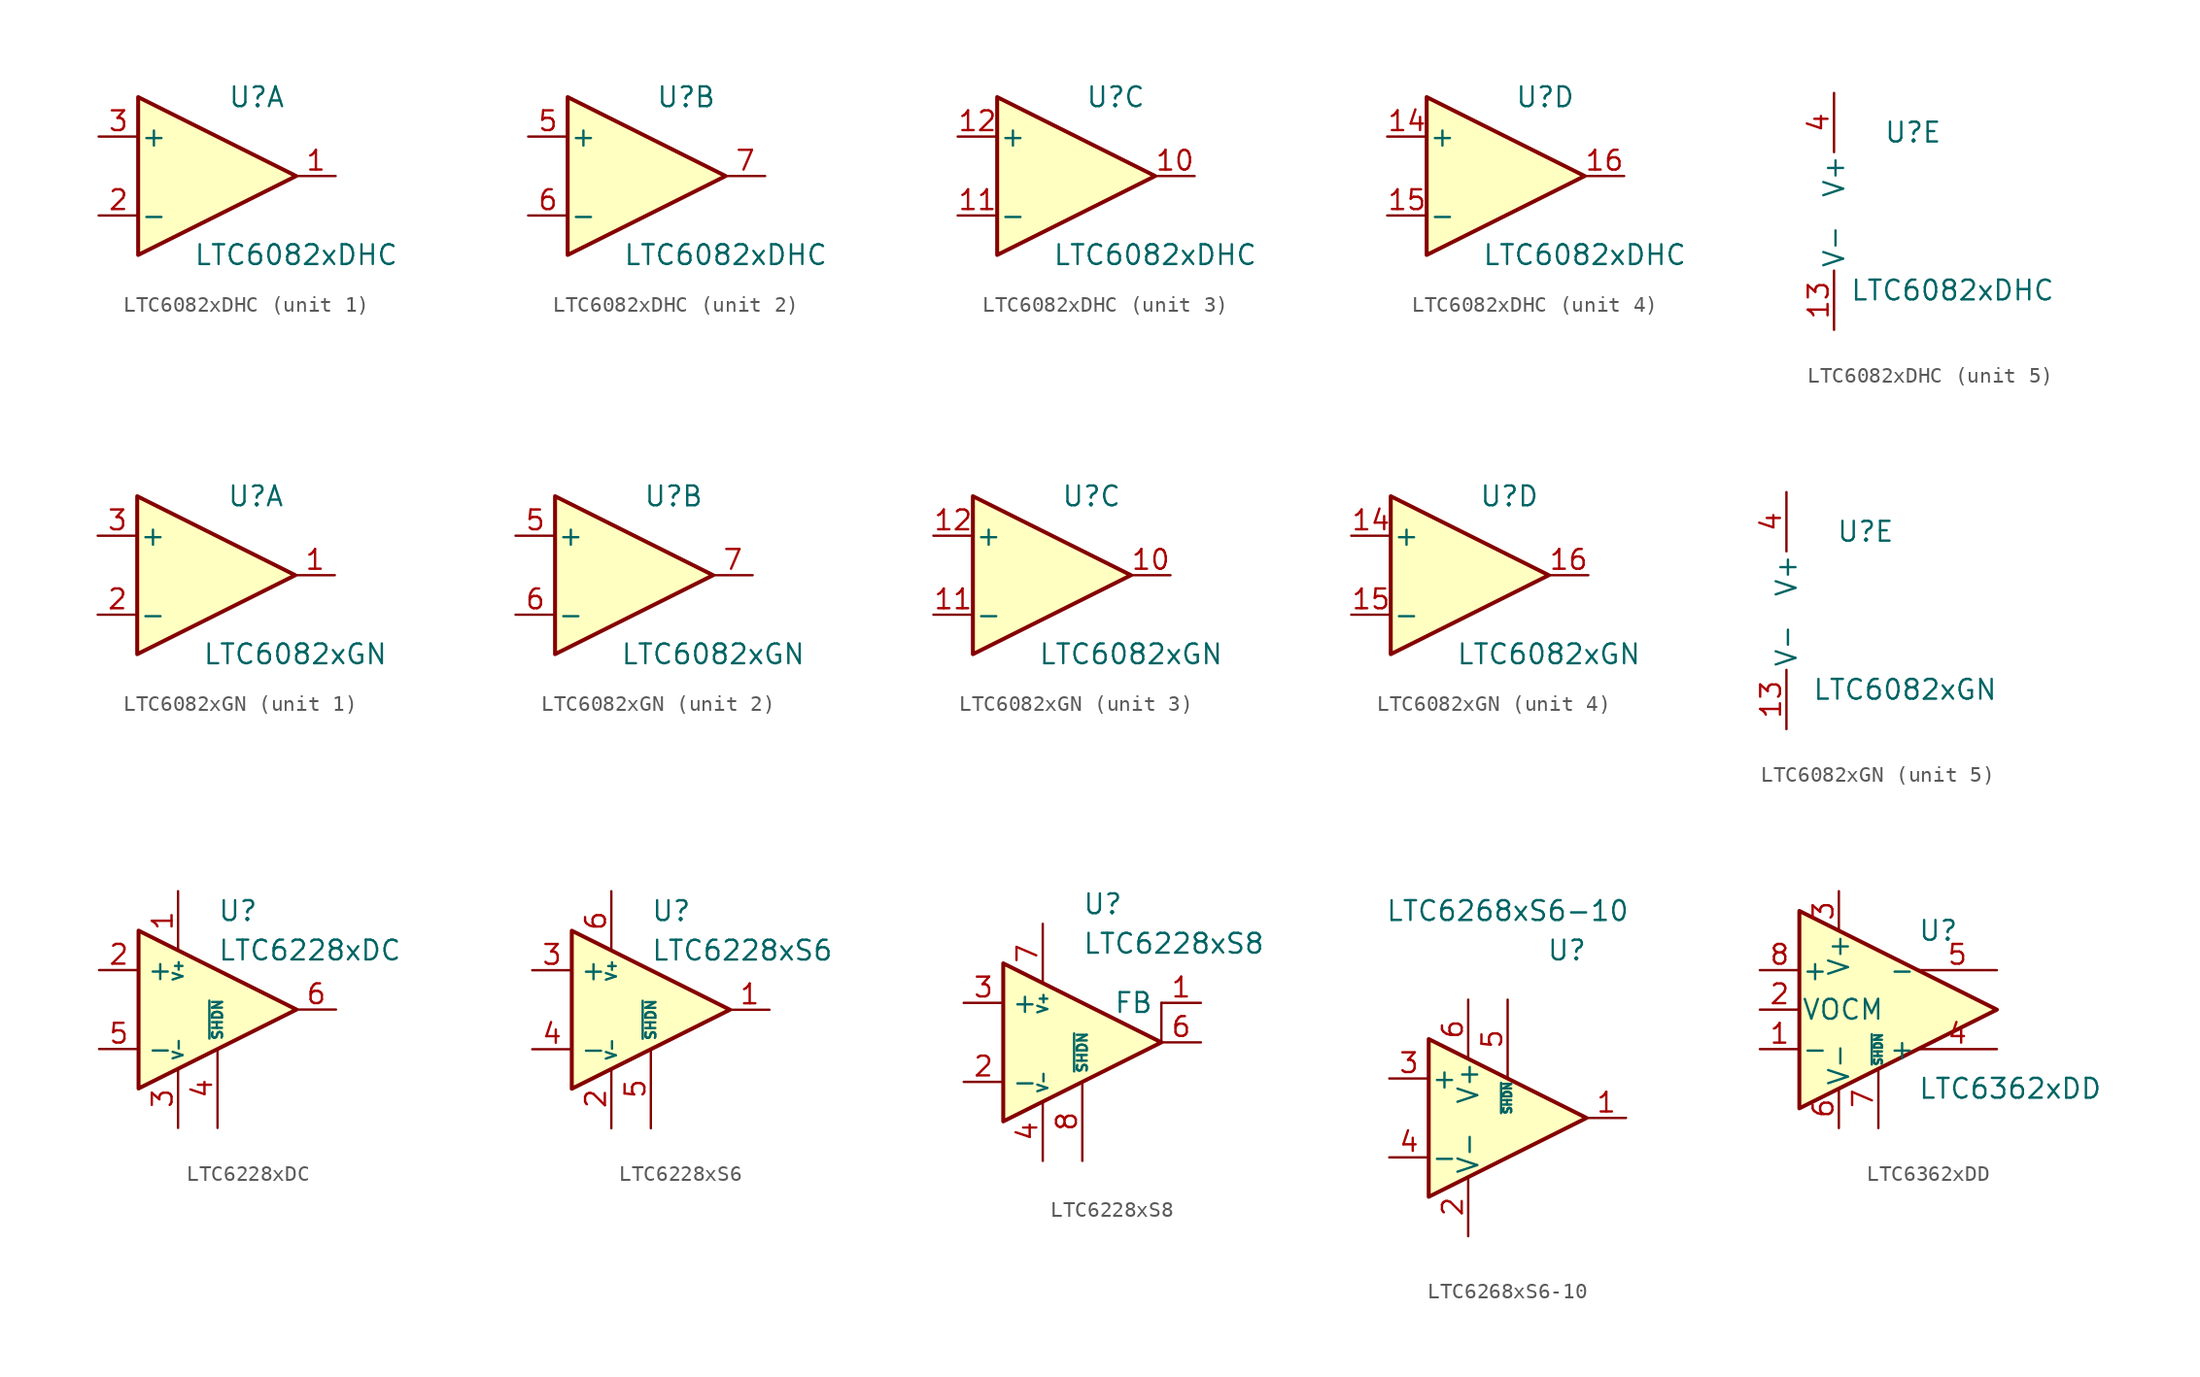
<source format=kicad_sym>
(kicad_symbol_lib
  (version 20201005)
  (generator kicad_symbol_editor)
  (symbol "Amplifier_Operational:LTC6082xDHC"
    (pin_names
      (offset 0.127))
    (property "Reference" "U"
      (at 2.54 5.08 0)
      (effects (font (size 1.27 1.27))))
    (property "Value" "LTC6082xDHC"
      (at 5.08 -5.08 0)
      (effects (font (size 1.27 1.27))))
    (property "ki_locked" ""
      (at 0 0 0)
      (effects (font (size 1.27 1.27))))
    (symbol "LTC6082xDHC_1_1"
      (polyline (pts (xy -5.08 5.08) (xy 5.08 0) (xy -5.08 -5.08) (xy -5.08 5.08)) (stroke (width 0.254)) (fill (type background)))
      (pin output line (at 7.62 0 180) (length 2.54) (name "~" (effects (font (size 1.27 1.27)))) (number "1" (effects (font (size 1.27 1.27)))))
      (pin input line (at -7.62 -2.54 0) (length 2.54) (name "-" (effects (font (size 1.27 1.27)))) (number "2" (effects (font (size 1.27 1.27)))))
      (pin input line (at -7.62 2.54 0) (length 2.54) (name "+" (effects (font (size 1.27 1.27)))) (number "3" (effects (font (size 1.27 1.27)))))
      (pin no_connect line (at -2.54 -2.54 90) (length 2.54) hide (name "NC" (effects (font (size 1.27 1.27)))) (number "8" (effects (font (size 1.27 1.27)))))
      (pin no_connect line (at 0 -2.54 90) (length 2.54) hide (name "NC" (effects (font (size 1.27 1.27)))) (number "9" (effects (font (size 1.27 1.27))))))
    (symbol "LTC6082xDHC_2_1"
      (polyline (pts (xy -5.08 5.08) (xy 5.08 0) (xy -5.08 -5.08) (xy -5.08 5.08)) (stroke (width 0.254)) (fill (type background)))
      (pin input line (at -7.62 2.54 0) (length 2.54) (name "+" (effects (font (size 1.27 1.27)))) (number "5" (effects (font (size 1.27 1.27)))))
      (pin input line (at -7.62 -2.54 0) (length 2.54) (name "-" (effects (font (size 1.27 1.27)))) (number "6" (effects (font (size 1.27 1.27)))))
      (pin output line (at 7.62 0 180) (length 2.54) (name "~" (effects (font (size 1.27 1.27)))) (number "7" (effects (font (size 1.27 1.27))))))
    (symbol "LTC6082xDHC_3_1"
      (polyline (pts (xy -5.08 5.08) (xy 5.08 0) (xy -5.08 -5.08) (xy -5.08 5.08)) (stroke (width 0.254)) (fill (type background)))
      (pin output line (at 7.62 0 180) (length 2.54) (name "~" (effects (font (size 1.27 1.27)))) (number "10" (effects (font (size 1.27 1.27)))))
      (pin input line (at -7.62 -2.54 0) (length 2.54) (name "-" (effects (font (size 1.27 1.27)))) (number "11" (effects (font (size 1.27 1.27)))))
      (pin input line (at -7.62 2.54 0) (length 2.54) (name "+" (effects (font (size 1.27 1.27)))) (number "12" (effects (font (size 1.27 1.27))))))
    (symbol "LTC6082xDHC_4_1"
      (polyline (pts (xy -5.08 5.08) (xy 5.08 0) (xy -5.08 -5.08) (xy -5.08 5.08)) (stroke (width 0.254)) (fill (type background)))
      (pin input line (at -7.62 2.54 0) (length 2.54) (name "+" (effects (font (size 1.27 1.27)))) (number "14" (effects (font (size 1.27 1.27)))))
      (pin input line (at -7.62 -2.54 0) (length 2.54) (name "-" (effects (font (size 1.27 1.27)))) (number "15" (effects (font (size 1.27 1.27)))))
      (pin output line (at 7.62 0 180) (length 2.54) (name "~" (effects (font (size 1.27 1.27)))) (number "16" (effects (font (size 1.27 1.27))))))
    (symbol "LTC6082xDHC_5_1"
      (pin power_in line (at -2.54 -7.62 90) (length 3.81) (name "V-" (effects (font (size 1.27 1.27)))) (number "13" (effects (font (size 1.27 1.27)))))
      (pin passive line (at -2.54 -7.62 90) (length 3.81) hide (name "V-" (effects (font (size 1.27 1.27)))) (number "17" (effects (font (size 1.27 1.27)))))
      (pin power_in line (at -2.54 7.62 270) (length 3.81) (name "V+" (effects (font (size 1.27 1.27)))) (number "4" (effects (font (size 1.27 1.27)))))))
  (symbol "Amplifier_Operational:LTC6082xGN"
    (pin_names
      (offset 0.127))
    (property "Reference" "U"
      (at 2.54 5.08 0)
      (effects (font (size 1.27 1.27))))
    (property "Value" "LTC6082xGN"
      (at 5.08 -5.08 0)
      (effects (font (size 1.27 1.27))))
    (property "ki_locked" ""
      (at 0 0 0)
      (effects (font (size 1.27 1.27))))
    (symbol "LTC6082xGN_1_1"
      (polyline (pts (xy -5.08 5.08) (xy 5.08 0) (xy -5.08 -5.08) (xy -5.08 5.08)) (stroke (width 0.254)) (fill (type background)))
      (pin output line (at 7.62 0 180) (length 2.54) (name "~" (effects (font (size 1.27 1.27)))) (number "1" (effects (font (size 1.27 1.27)))))
      (pin input line (at -7.62 -2.54 0) (length 2.54) (name "-" (effects (font (size 1.27 1.27)))) (number "2" (effects (font (size 1.27 1.27)))))
      (pin input line (at -7.62 2.54 0) (length 2.54) (name "+" (effects (font (size 1.27 1.27)))) (number "3" (effects (font (size 1.27 1.27)))))
      (pin no_connect line (at -2.54 -2.54 90) (length 2.54) hide (name "NC" (effects (font (size 1.27 1.27)))) (number "8" (effects (font (size 1.27 1.27)))))
      (pin no_connect line (at 0 -2.54 90) (length 2.54) hide (name "NC" (effects (font (size 1.27 1.27)))) (number "9" (effects (font (size 1.27 1.27))))))
    (symbol "LTC6082xGN_2_1"
      (polyline (pts (xy -5.08 5.08) (xy 5.08 0) (xy -5.08 -5.08) (xy -5.08 5.08)) (stroke (width 0.254)) (fill (type background)))
      (pin input line (at -7.62 2.54 0) (length 2.54) (name "+" (effects (font (size 1.27 1.27)))) (number "5" (effects (font (size 1.27 1.27)))))
      (pin input line (at -7.62 -2.54 0) (length 2.54) (name "-" (effects (font (size 1.27 1.27)))) (number "6" (effects (font (size 1.27 1.27)))))
      (pin output line (at 7.62 0 180) (length 2.54) (name "~" (effects (font (size 1.27 1.27)))) (number "7" (effects (font (size 1.27 1.27))))))
    (symbol "LTC6082xGN_3_1"
      (polyline (pts (xy -5.08 5.08) (xy 5.08 0) (xy -5.08 -5.08) (xy -5.08 5.08)) (stroke (width 0.254)) (fill (type background)))
      (pin output line (at 7.62 0 180) (length 2.54) (name "~" (effects (font (size 1.27 1.27)))) (number "10" (effects (font (size 1.27 1.27)))))
      (pin input line (at -7.62 -2.54 0) (length 2.54) (name "-" (effects (font (size 1.27 1.27)))) (number "11" (effects (font (size 1.27 1.27)))))
      (pin input line (at -7.62 2.54 0) (length 2.54) (name "+" (effects (font (size 1.27 1.27)))) (number "12" (effects (font (size 1.27 1.27))))))
    (symbol "LTC6082xGN_4_1"
      (polyline (pts (xy -5.08 5.08) (xy 5.08 0) (xy -5.08 -5.08) (xy -5.08 5.08)) (stroke (width 0.254)) (fill (type background)))
      (pin input line (at -7.62 2.54 0) (length 2.54) (name "+" (effects (font (size 1.27 1.27)))) (number "14" (effects (font (size 1.27 1.27)))))
      (pin input line (at -7.62 -2.54 0) (length 2.54) (name "-" (effects (font (size 1.27 1.27)))) (number "15" (effects (font (size 1.27 1.27)))))
      (pin output line (at 7.62 0 180) (length 2.54) (name "~" (effects (font (size 1.27 1.27)))) (number "16" (effects (font (size 1.27 1.27))))))
    (symbol "LTC6082xGN_5_1"
      (pin power_in line (at -2.54 -7.62 90) (length 3.81) (name "V-" (effects (font (size 1.27 1.27)))) (number "13" (effects (font (size 1.27 1.27)))))
      (pin power_in line (at -2.54 7.62 270) (length 3.81) (name "V+" (effects (font (size 1.27 1.27)))) (number "4" (effects (font (size 1.27 1.27)))))))
  (symbol "Amplifier_Operational:LTC6228xDC"
    (property "Reference" "U"
      (at 0 6.35 0)
      (effects (font (size 1.27 1.27)) (justify left)))
    (property "Value" "LTC6228xDC"
      (at 0 3.81 0)
      (effects (font (size 1.27 1.27)) (justify left)))
    (symbol "LTC6228xDC_0_1"
      (polyline (pts (xy 5.08 0) (xy -5.08 5.08) (xy -5.08 -5.08) (xy 5.08 0)) (stroke (width 0.254)) (fill (type background))))
    (symbol "LTC6228xDC_1_1"
      (pin power_in line (at -2.54 7.62 270) (length 3.81) (name "V+" (effects (font (size 0.635 0.635)))) (number "1" (effects (font (size 1.27 1.27)))))
      (pin input line (at -7.62 2.54 0) (length 2.54) (name "+" (effects (font (size 1.27 1.27)))) (number "2" (effects (font (size 1.27 1.27)))))
      (pin power_in line (at -2.54 -7.62 90) (length 3.81) (name "V-" (effects (font (size 0.635 0.635)))) (number "3" (effects (font (size 1.27 1.27)))))
      (pin input line (at 0 -7.62 90) (length 5.08) (name "~SHDN" (effects (font (size 0.635 0.635)))) (number "4" (effects (font (size 1.27 1.27)))))
      (pin input line (at -7.62 -2.54 0) (length 2.54) (name "-" (effects (font (size 1.27 1.27)))) (number "5" (effects (font (size 1.27 1.27)))))
      (pin output line (at 7.62 0 180) (length 2.54) (name "~" (effects (font (size 1.27 1.27)))) (number "6" (effects (font (size 1.27 1.27)))))
      (pin passive line (at -2.54 -7.62 90) (length 3.81) hide (name "V-" (effects (font (size 0.635 0.635)))) (number "7" (effects (font (size 1.27 1.27)))))))
  (symbol "Amplifier_Operational:LTC6228xS6"
    (property "Reference" "U"
      (at 0 6.35 0)
      (effects (font (size 1.27 1.27)) (justify left)))
    (property "Value" "LTC6228xS6"
      (at 0 3.81 0)
      (effects (font (size 1.27 1.27)) (justify left)))
    (symbol "LTC6228xS6_0_1"
      (polyline (pts (xy 5.08 0) (xy -5.08 5.08) (xy -5.08 -5.08) (xy 5.08 0)) (stroke (width 0.254)) (fill (type background))))
    (symbol "LTC6228xS6_1_1"
      (pin output line (at 7.62 0 180) (length 2.54) (name "~" (effects (font (size 1.27 1.27)))) (number "1" (effects (font (size 1.27 1.27)))))
      (pin power_in line (at -2.54 -7.62 90) (length 3.81) (name "V-" (effects (font (size 0.635 0.635)))) (number "2" (effects (font (size 1.27 1.27)))))
      (pin input line (at -7.62 2.54 0) (length 2.54) (name "+" (effects (font (size 1.27 1.27)))) (number "3" (effects (font (size 1.27 1.27)))))
      (pin input line (at -7.62 -2.54 0) (length 2.54) (name "-" (effects (font (size 1.27 1.27)))) (number "4" (effects (font (size 1.27 1.27)))))
      (pin input line (at 0 -7.62 90) (length 5.08) (name "~SHDN" (effects (font (size 0.635 0.635)))) (number "5" (effects (font (size 1.27 1.27)))))
      (pin power_in line (at -2.54 7.62 270) (length 3.81) (name "V+" (effects (font (size 0.635 0.635)))) (number "6" (effects (font (size 1.27 1.27)))))))
  (symbol "Amplifier_Operational:LTC6228xS8"
    (property "Reference" "U"
      (at 0 8.89 0)
      (effects (font (size 1.27 1.27)) (justify left)))
    (property "Value" "LTC6228xS8"
      (at 0 6.35 0)
      (effects (font (size 1.27 1.27)) (justify left)))
    (symbol "LTC6228xS8_0_1"
      (polyline (pts (xy 5.08 0) (xy 5.08 2.54)) (stroke (width 0.152)) (fill (type none)))
      (polyline (pts (xy 5.08 0) (xy -5.08 5.08) (xy -5.08 -5.08) (xy 5.08 0)) (stroke (width 0.254)) (fill (type background))))
    (symbol "LTC6228xS8_1_1"
      (pin output line (at 7.62 2.54 180) (length 2.54) (name "FB" (effects (font (size 1.27 1.27)))) (number "1" (effects (font (size 1.27 1.27)))))
      (pin input line (at -7.62 -2.54 0) (length 2.54) (name "-" (effects (font (size 1.27 1.27)))) (number "2" (effects (font (size 1.27 1.27)))))
      (pin input line (at -7.62 2.54 0) (length 2.54) (name "+" (effects (font (size 1.27 1.27)))) (number "3" (effects (font (size 1.27 1.27)))))
      (pin power_in line (at -2.54 -7.62 90) (length 3.81) (name "V-" (effects (font (size 0.635 0.635)))) (number "4" (effects (font (size 1.27 1.27)))))
      (pin passive line (at -2.54 -7.62 90) (length 3.81) hide (name "V-" (effects (font (size 0.635 0.635)))) (number "5" (effects (font (size 1.27 1.27)))))
      (pin output line (at 7.62 0 180) (length 2.54) (name "~" (effects (font (size 1.27 1.27)))) (number "6" (effects (font (size 1.27 1.27)))))
      (pin power_in line (at -2.54 7.62 270) (length 3.81) (name "V+" (effects (font (size 0.635 0.635)))) (number "7" (effects (font (size 1.27 1.27)))))
      (pin input line (at 0 -7.62 90) (length 5.08) (name "~SHDN" (effects (font (size 0.635 0.635)))) (number "8" (effects (font (size 1.27 1.27)))))))
  (symbol "Amplifier_Operational:LTC6268xS6-10"
    (pin_names
      (offset 0.127))
    (property "Reference" "U"
      (at 3.81 10.795 0)
      (effects (font (size 1.27 1.27))))
    (property "Value" "LTC6268xS6-10"
      (at 0 13.335 0)
      (effects (font (size 1.27 1.27))))
    (symbol "LTC6268xS6-10_1_1"
      (polyline (pts (xy -5.08 5.08) (xy -5.08 -5.08) (xy 5.08 0) (xy -5.08 5.08)) (stroke (width 0.254)) (fill (type background)))
      (pin output line (at 7.62 0 180) (length 2.54) (name "~" (effects (font (size 1.27 1.27)))) (number "1" (effects (font (size 1.27 1.27)))))
      (pin power_in line (at -2.54 -7.62 90) (length 3.81) (name "V-" (effects (font (size 1.27 1.27)))) (number "2" (effects (font (size 1.27 1.27)))))
      (pin input line (at -7.62 2.54 0) (length 2.54) (name "+" (effects (font (size 1.27 1.27)))) (number "3" (effects (font (size 1.27 1.27)))))
      (pin input line (at -7.62 -2.54 0) (length 2.54) (name "-" (effects (font (size 1.27 1.27)))) (number "4" (effects (font (size 1.27 1.27)))))
      (pin input line (at 0 7.62 270) (length 5.08) (name "~SHDN" (effects (font (size 0.508 0.508)))) (number "5" (effects (font (size 1.27 1.27)))))
      (pin power_in line (at -2.54 7.62 270) (length 3.81) (name "V+" (effects (font (size 1.27 1.27)))) (number "6" (effects (font (size 1.27 1.27)))))))
  (symbol "Amplifier_Operational:LTC6362xDD"
    (pin_names
      (offset 0.127))
    (property "Reference" "U"
      (at 2.54 5.08 0)
      (effects (font (size 1.27 1.27)) (justify left)))
    (property "Value" "LTC6362xDD"
      (at 2.54 -5.08 0)
      (effects (font (size 1.27 1.27)) (justify left)))
    (symbol "LTC6362xDD_0_1"
      (polyline (pts (xy -5.08 6.35) (xy -5.08 -6.35) (xy 7.62 0) (xy -5.08 6.35)) (stroke (width 0.254)) (fill (type background))))
    (symbol "LTC6362xDD_1_1"
      (pin input line (at -7.62 -2.54 0) (length 2.54) (name "-" (effects (font (size 1.27 1.27)))) (number "1" (effects (font (size 1.27 1.27)))))
      (pin input line (at -7.62 0 0) (length 2.54) (name "VOCM" (effects (font (size 1.27 1.27)))) (number "2" (effects (font (size 1.27 1.27)))))
      (pin power_in line (at -2.54 7.62 270) (length 2.54) (name "V+" (effects (font (size 1.27 1.27)))) (number "3" (effects (font (size 1.27 1.27)))))
      (pin output line (at 7.62 -2.54 180) (length 5.08) (name "+" (effects (font (size 1.27 1.27)))) (number "4" (effects (font (size 1.27 1.27)))))
      (pin output line (at 7.62 2.54 180) (length 5.08) (name "-" (effects (font (size 1.27 1.27)))) (number "5" (effects (font (size 1.27 1.27)))))
      (pin power_in line (at -2.54 -7.62 90) (length 2.54) (name "V-" (effects (font (size 1.27 1.27)))) (number "6" (effects (font (size 1.27 1.27)))))
      (pin input line (at 0 -7.62 90) (length 3.81) (name "~SHDN" (effects (font (size 0.508 0.508)))) (number "7" (effects (font (size 1.27 1.27)))))
      (pin input line (at -7.62 2.54 0) (length 2.54) (name "+" (effects (font (size 1.27 1.27)))) (number "8" (effects (font (size 1.27 1.27)))))
      (pin passive line (at -2.54 -7.62 90) (length 2.54) hide (name "V-" (effects (font (size 1.27 1.27)))) (number "9" (effects (font (size 1.27 1.27))))))))
</source>
